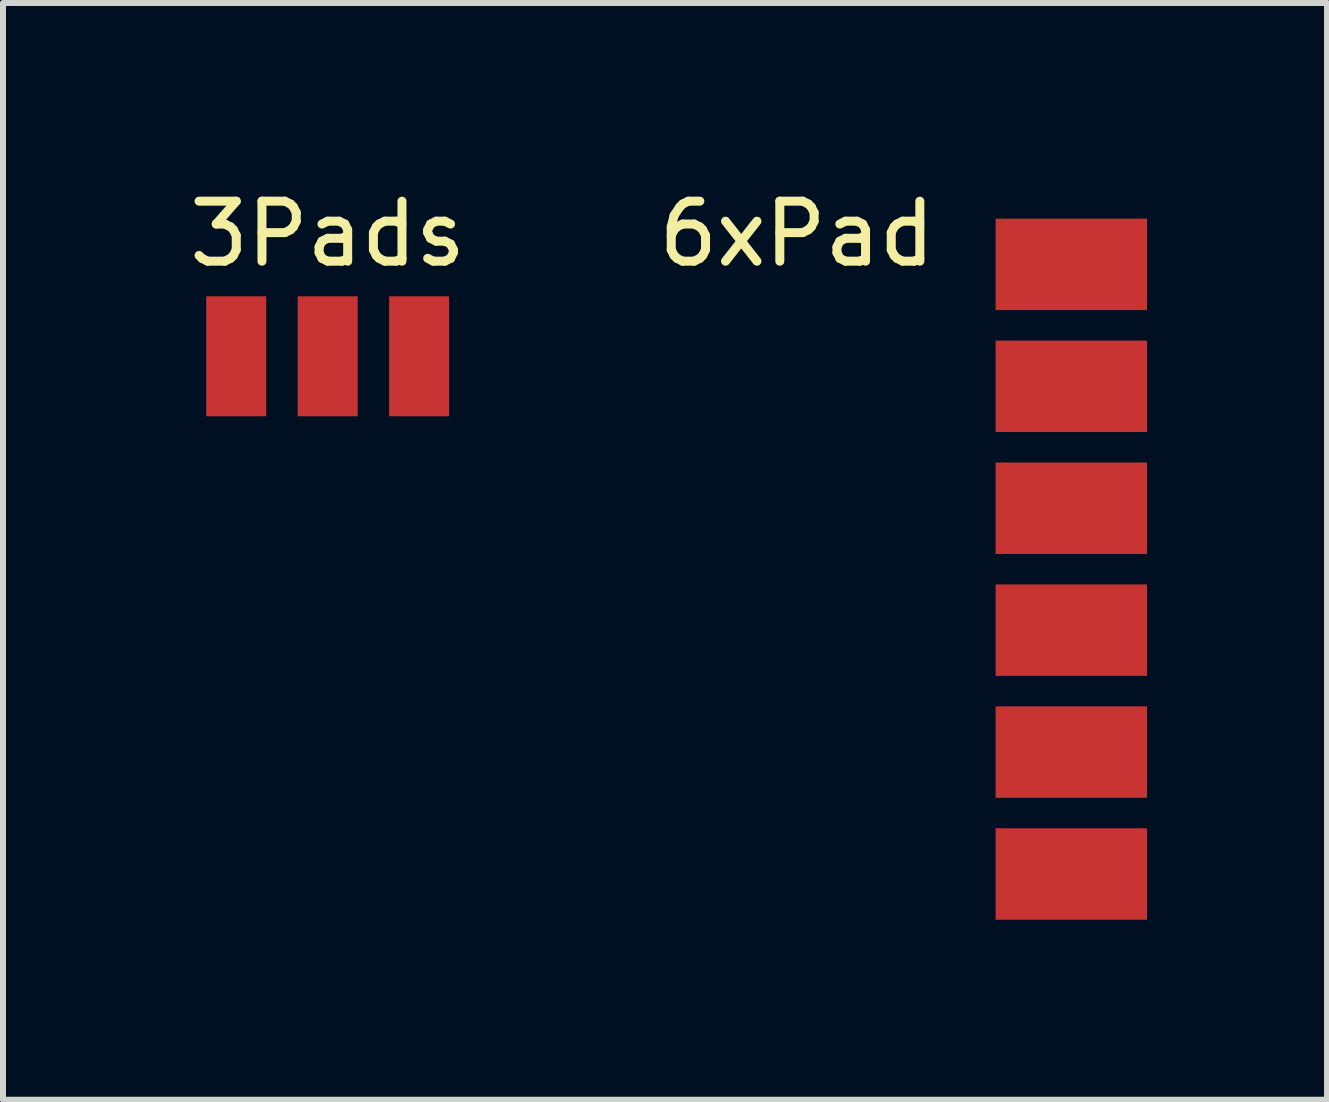
<source format=kicad_pcb>
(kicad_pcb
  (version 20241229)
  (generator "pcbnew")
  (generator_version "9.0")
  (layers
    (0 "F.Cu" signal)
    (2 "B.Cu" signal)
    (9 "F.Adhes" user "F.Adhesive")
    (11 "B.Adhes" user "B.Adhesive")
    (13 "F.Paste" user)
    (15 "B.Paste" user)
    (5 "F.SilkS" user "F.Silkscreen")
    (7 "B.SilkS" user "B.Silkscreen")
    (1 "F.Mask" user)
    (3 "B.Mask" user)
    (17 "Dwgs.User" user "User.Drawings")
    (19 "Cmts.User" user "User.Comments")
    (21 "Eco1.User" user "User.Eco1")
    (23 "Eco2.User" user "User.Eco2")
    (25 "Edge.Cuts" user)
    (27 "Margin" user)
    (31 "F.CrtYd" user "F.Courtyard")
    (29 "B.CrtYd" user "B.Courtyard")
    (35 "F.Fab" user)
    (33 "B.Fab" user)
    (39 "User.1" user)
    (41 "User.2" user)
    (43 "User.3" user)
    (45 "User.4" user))
  (footprint "3Pads"
    (layer "F.Cu")
    (at 2.411 0.348)
    (property "Reference" "3Pads" (at 0 0.5 0) (layer "F.SilkS") (effects (font (size 1 1) (thickness 0.15))))
    (attr through_hole)
    (pad "1" smd rect (at -1.524 2.54) (size 1 2) (layers "F.Cu" "F.Mask" "F.Paste"))
    (pad "2" smd rect (at 0 2.54) (size 1 2) (layers "F.Cu" "F.Mask" "F.Paste"))
    (pad "3" smd rect (at 1.524 2.54) (size 1 2) (layers "F.Cu" "F.Mask" "F.Paste")))
  (footprint "6xPad"
    (layer "F.Cu")
    (at 14.804 1.356)
    (property "Reference" "6xPad" (at -4.572 -0.508 0) (layer "F.SilkS") (effects (font (size 1 1) (thickness 0.15))))
    (attr through_hole)
    (pad "1" connect rect (at 0 0) (size 2.524 1.524) (layers "F.Cu" "F.Mask"))
    (pad "2" connect rect (at 0 2.032) (size 2.524 1.524) (layers "F.Cu" "F.Mask"))
    (pad "3" connect rect (at 0 4.064) (size 2.524 1.524) (layers "F.Cu" "F.Mask"))
    (pad "4" connect rect (at 0 6.096) (size 2.524 1.524) (layers "F.Cu" "F.Mask"))
    (pad "5" connect rect (at 0 8.128) (size 2.524 1.524) (layers "F.Cu" "F.Mask"))
    (pad "6" connect rect (at 0 10.16) (size 2.524 1.524) (layers "F.Cu" "F.Mask")))
  (gr_rect
    (start -3 -3)
    (end 19.066 15.278)
    (stroke (width 0.1) (type default))
    (fill no)
    (layer "Edge.Cuts")))
</source>
